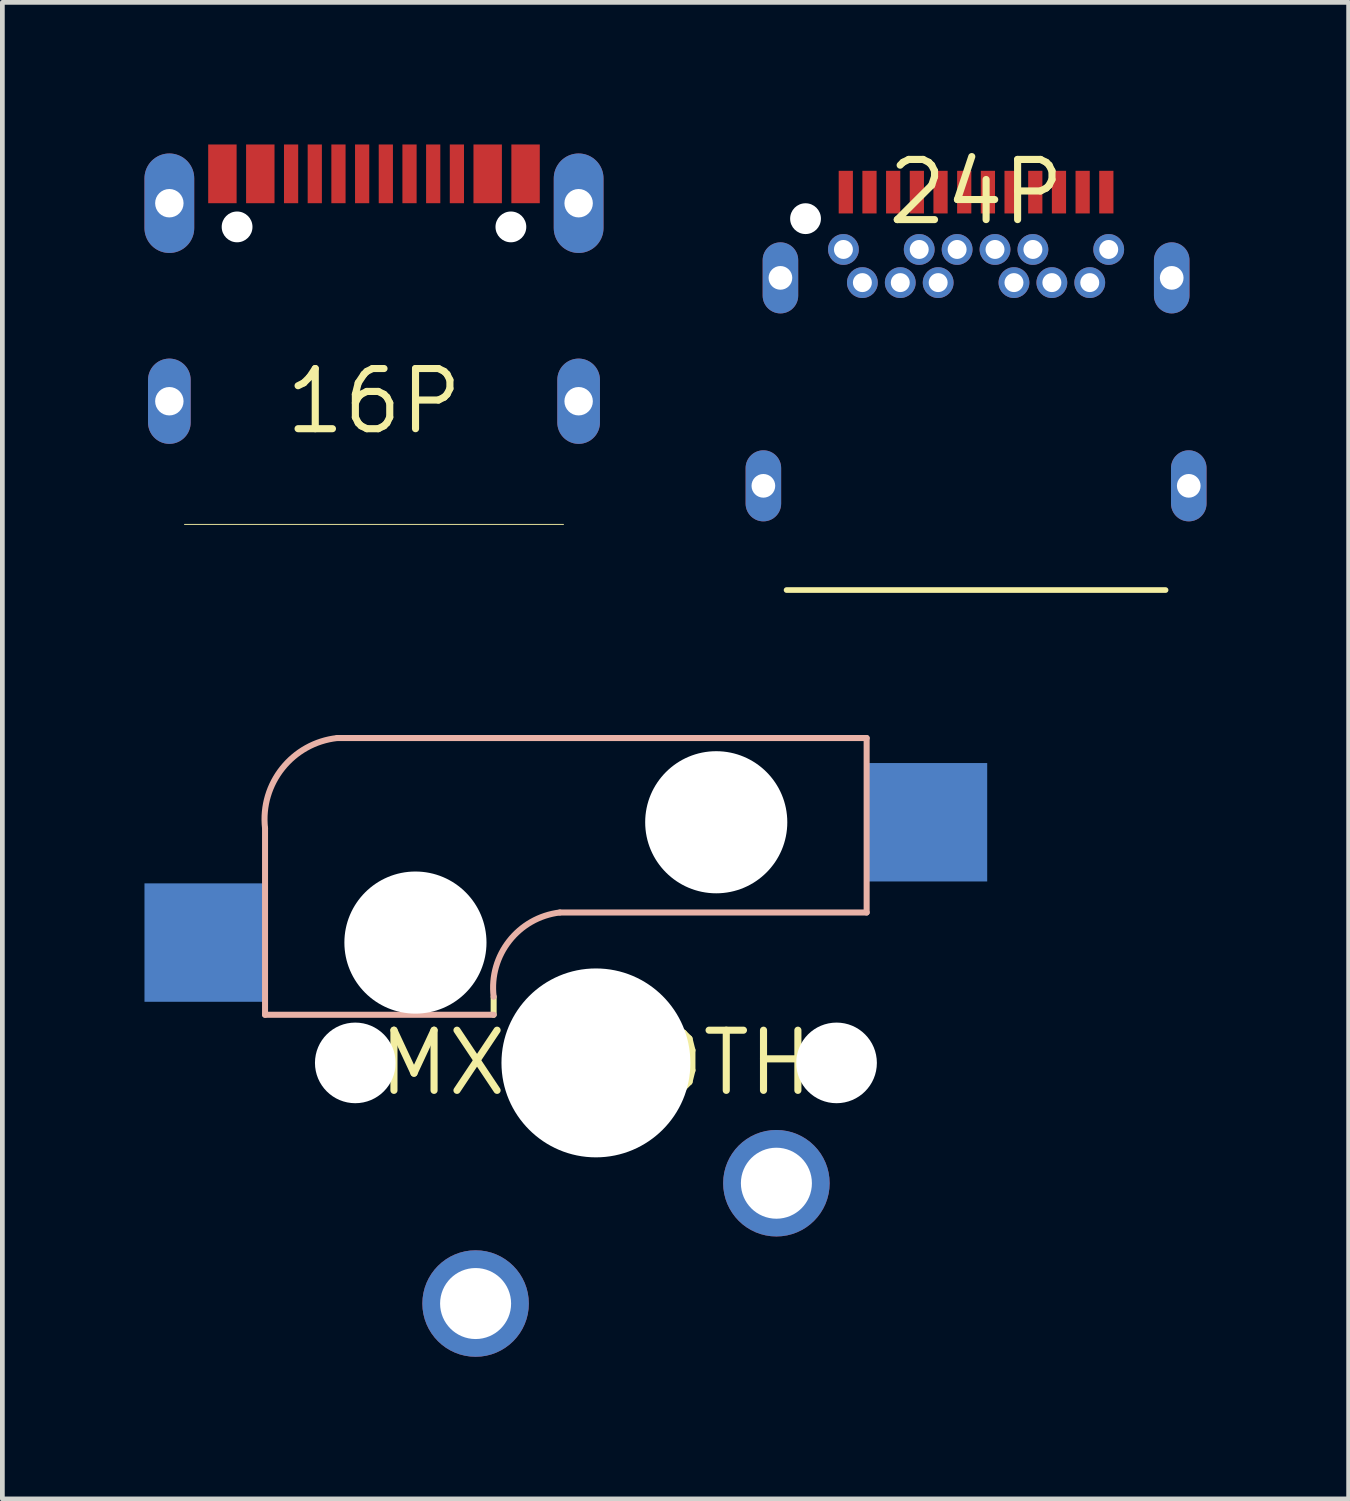
<source format=kicad_pcb>
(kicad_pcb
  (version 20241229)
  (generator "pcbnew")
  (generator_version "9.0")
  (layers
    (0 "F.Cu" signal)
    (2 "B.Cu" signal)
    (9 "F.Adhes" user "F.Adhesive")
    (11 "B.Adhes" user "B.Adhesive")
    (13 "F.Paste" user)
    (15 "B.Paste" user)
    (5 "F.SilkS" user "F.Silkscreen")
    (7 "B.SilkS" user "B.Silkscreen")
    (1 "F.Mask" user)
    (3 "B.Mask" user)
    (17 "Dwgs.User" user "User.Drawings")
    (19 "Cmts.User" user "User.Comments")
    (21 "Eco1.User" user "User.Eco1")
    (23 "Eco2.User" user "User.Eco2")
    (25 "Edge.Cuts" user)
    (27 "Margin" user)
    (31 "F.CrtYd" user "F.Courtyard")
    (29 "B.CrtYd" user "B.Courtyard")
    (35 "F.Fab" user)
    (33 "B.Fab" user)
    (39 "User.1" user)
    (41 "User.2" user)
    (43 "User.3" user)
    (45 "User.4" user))
  (footprint "24P"
    (layer "F.Cu")
    (at 17.555 1.006)
    (property "Reference" "24P" (at 0 0 0) (layer "F.SilkS") (effects (font (size 1.27 1.27) (thickness 0.15))))
    (fp_line (start -4 8.4) (end 4 8.4) (stroke (width 0.12) (type solid)) (layer "F.SilkS"))
    (pad "" np_thru_hole circle (at -3.6 0.56) (size 0.65 0.65) (drill 0.65) (layers "*.Cu" "*.Mask"))
    (pad "A1" smd rect (at -2.75 0 180) (size 0.3 0.9) (layers "F.Cu" "F.Mask" "F.Paste"))
    (pad "A2" smd rect (at -2.25 0 180) (size 0.3 0.9) (layers "F.Cu" "F.Mask" "F.Paste"))
    (pad "A3" smd rect (at -1.75 0 180) (size 0.3 0.9) (layers "F.Cu" "F.Mask" "F.Paste"))
    (pad "A4" smd rect (at -1.25 0 180) (size 0.3 0.9) (layers "F.Cu" "F.Mask" "F.Paste"))
    (pad "A5" smd rect (at -0.75 0 180) (size 0.3 0.9) (layers "F.Cu" "F.Mask" "F.Paste"))
    (pad "A6" smd rect (at -0.25 0 180) (size 0.3 0.9) (layers "F.Cu" "F.Mask" "F.Paste"))
    (pad "A7" smd rect (at 0.25 0 180) (size 0.3 0.9) (layers "F.Cu" "F.Mask" "F.Paste"))
    (pad "A8" smd rect (at 0.75 0 180) (size 0.3 0.9) (layers "F.Cu" "F.Mask" "F.Paste"))
    (pad "A9" smd rect (at 1.25 0 180) (size 0.3 0.9) (layers "F.Cu" "F.Mask" "F.Paste"))
    (pad "A10" smd rect (at 1.75 0 180) (size 0.3 0.9) (layers "F.Cu" "F.Mask" "F.Paste"))
    (pad "A11" smd rect (at 2.25 0 180) (size 0.3 0.9) (layers "F.Cu" "F.Mask" "F.Paste"))
    (pad "A12" smd rect (at 2.75 0 180) (size 0.3 0.9) (layers "F.Cu" "F.Mask" "F.Paste"))
    (pad "B1" thru_hole circle (at 2.8 1.21) (size 0.65 0.65) (drill 0.4) (layers "*.Cu" "*.Mask"))
    (pad "B2" thru_hole circle (at 2.4 1.91) (size 0.65 0.65) (drill 0.4) (layers "*.Cu" "*.Mask"))
    (pad "B3" thru_hole circle (at 1.6 1.91) (size 0.65 0.65) (drill 0.4) (layers "*.Cu" "*.Mask"))
    (pad "B4" thru_hole circle (at 1.2 1.21) (size 0.65 0.65) (drill 0.4) (layers "*.Cu" "*.Mask"))
    (pad "B5" thru_hole circle (at 0.8 1.91) (size 0.65 0.65) (drill 0.4) (layers "*.Cu" "*.Mask"))
    (pad "B6" thru_hole circle (at 0.4 1.21) (size 0.65 0.65) (drill 0.4) (layers "*.Cu" "*.Mask"))
    (pad "B7" thru_hole circle (at -0.4 1.21) (size 0.65 0.65) (drill 0.4) (layers "*.Cu" "*.Mask"))
    (pad "B8" thru_hole circle (at -0.8 1.91) (size 0.65 0.65) (drill 0.4) (layers "*.Cu" "*.Mask"))
    (pad "B9" thru_hole circle (at -1.2 1.21) (size 0.65 0.65) (drill 0.4) (layers "*.Cu" "*.Mask"))
    (pad "B10" thru_hole circle (at -1.6 1.91) (size 0.65 0.65) (drill 0.4) (layers "*.Cu" "*.Mask"))
    (pad "B11" thru_hole circle (at -2.4 1.91) (size 0.65 0.65) (drill 0.4) (layers "*.Cu" "*.Mask"))
    (pad "B12" thru_hole circle (at -2.8 1.21) (size 0.65 0.65) (drill 0.4) (layers "*.Cu" "*.Mask"))
    (pad "SHIELD1" thru_hole oval (at -4.13 1.81 90) (size 1.5 0.75) (drill 0.5) (layers "*.Cu" "*.Mask"))
    (pad "SHIELD2" thru_hole oval (at 4.13 1.81 90) (size 1.5 0.75) (drill 0.5) (layers "*.Cu" "*.Mask"))
    (pad "SHIELD3" thru_hole oval (at -4.49 6.2 90) (size 1.5 0.75) (drill 0.5) (layers "*.Cu" "*.Mask"))
    (pad "SHIELD4" thru_hole oval (at 4.49 6.2 90) (size 1.5 0.75) (drill 0.5) (layers "*.Cu" "*.Mask")))
  (footprint "MX-BOTH"
    (layer "F.Cu")
    (at 9.53 19.388)
    (property "Reference" "MX-BOTH" (at 0 0 0) (layer "F.SilkS") (effects (font (size 1.27 1.27) (thickness 0.15))))
    (fp_line (start -2.159 -1.016) (end -2.159 -1.397) (stroke (width 0.127) (type solid)) (layer "F.SilkS"))
    (fp_line (start -6.985 -1.016) (end -6.985 -4.953) (stroke (width 0.127) (type solid)) (layer "B.SilkS"))
    (fp_line (start -6.985 -1.016) (end -2.159 -1.016) (stroke (width 0.127) (type solid)) (layer "B.SilkS"))
    (fp_line (start -0.762 -3.175) (end 5.715 -3.175) (stroke (width 0.127) (type solid)) (layer "B.SilkS"))
    (fp_line (start 5.715 -6.858) (end -5.461 -6.858) (stroke (width 0.127) (type solid)) (layer "B.SilkS"))
    (fp_line (start 5.715 -6.858) (end 5.715 -3.175) (stroke (width 0.127) (type solid)) (layer "B.SilkS"))
    (fp_arc (start -6.985 -4.953) (mid -6.617538 -6.221131) (end -5.461 -6.858) (stroke (width 0.127) (type solid)) (layer "B.SilkS"))
    (fp_arc (start -2.159 -1.397) (mid -1.828736 -2.575329) (end -0.761999 -3.175001) (stroke (width 0.127) (type solid)) (layer "B.SilkS"))
    (pad "" np_thru_hole circle (at -5.08 0) (size 1.702 1.702) (drill 1.702) (layers "*.Cu" "*.Mask"))
    (pad "" np_thru_hole circle (at -3.81 -2.54) (size 3 3) (drill 3) (layers "*.Cu" "*.Mask"))
    (pad "" np_thru_hole circle (at 0 0) (size 3.988 3.988) (drill 3.988) (layers "*.Cu" "*.Mask"))
    (pad "" np_thru_hole circle (at 2.54 -5.08) (size 3 3) (drill 3) (layers "*.Cu" "*.Mask"))
    (pad "" np_thru_hole circle (at 5.08 0) (size 1.702 1.702) (drill 1.702) (layers "*.Cu" "*.Mask"))
    (pad "P$1" thru_hole circle (at 3.81 2.54 180) (size 2.248 2.248) (drill 1.499) (layers "*.Cu" "*.Mask"))
    (pad "P$2" thru_hole circle (at -2.54 5.08 180) (size 2.248 2.248) (drill 1.499) (layers "*.Cu" "*.Mask"))
    (pad "P$3" smd rect (at -8.255 -2.54) (size 2.55 2.5) (layers "B.Cu" "B.Mask" "B.Paste"))
    (pad "P$4" smd rect (at 6.985 -5.08) (size 2.55 2.5) (layers "B.Cu" "B.Mask" "B.Paste")))
  (footprint "16P"
    (layer "F.Cu")
    (at 4.845 5.42)
    (property "Reference" "16P" (at 0 0 0) (layer "F.SilkS") (effects (font (size 1.27 1.27) (thickness 0.15))))
    (fp_line (start -4 2.6) (end 4 2.6) (stroke (width 0.02) (type solid)) (layer "F.SilkS"))
    (pad "" np_thru_hole circle (at -2.89 -3.68) (size 0.65 0.65) (drill 0.65) (layers "*.Cu" "*.Mask"))
    (pad "" np_thru_hole circle (at 2.89 -3.68) (size 0.65 0.65) (drill 0.65) (layers "*.Cu" "*.Mask"))
    (pad "A1/B12" smd rect (at -3.2 -4.8) (size 0.6 1.24) (layers "F.Cu" "F.Mask" "F.Paste"))
    (pad "A4/B9" smd rect (at -2.4 -4.8) (size 0.6 1.24) (layers "F.Cu" "F.Mask" "F.Paste"))
    (pad "A5" smd rect (at -1.25 -4.8) (size 0.3 1.24) (layers "F.Cu" "F.Mask" "F.Paste"))
    (pad "A6" smd rect (at -0.25 -4.8) (size 0.3 1.24) (layers "F.Cu" "F.Mask" "F.Paste"))
    (pad "A7" smd rect (at 0.25 -4.8) (size 0.3 1.24) (layers "F.Cu" "F.Mask" "F.Paste"))
    (pad "A8" smd rect (at 1.25 -4.8) (size 0.3 1.24) (layers "F.Cu" "F.Mask" "F.Paste"))
    (pad "B1/A12" smd rect (at 3.2 -4.8) (size 0.6 1.24) (layers "F.Cu" "F.Mask" "F.Paste"))
    (pad "B4/A9" smd rect (at 2.4 -4.8) (size 0.6 1.24) (layers "F.Cu" "F.Mask" "F.Paste"))
    (pad "B5" smd rect (at 1.75 -4.8) (size 0.3 1.24) (layers "F.Cu" "F.Mask" "F.Paste"))
    (pad "B6" smd rect (at 0.75 -4.8) (size 0.3 1.24) (layers "F.Cu" "F.Mask" "F.Paste"))
    (pad "B7" smd rect (at -0.75 -4.8) (size 0.3 1.24) (layers "F.Cu" "F.Mask" "F.Paste"))
    (pad "B8" smd rect (at -1.75 -4.8) (size 0.3 1.24) (layers "F.Cu" "F.Mask" "F.Paste"))
    (pad "SHIELD1" thru_hole oval (at -4.32 -4.18 90) (size 2.1 1.05) (drill 0.6) (layers "*.Cu" "*.Mask"))
    (pad "SHIELD2" thru_hole oval (at -4.32 0 90) (size 1.8 0.9) (drill 0.6) (layers "*.Cu" "*.Mask"))
    (pad "SHIELD3" thru_hole oval (at 4.32 -4.18 90) (size 2.1 1.05) (drill 0.6) (layers "*.Cu" "*.Mask"))
    (pad "SHIELD4" thru_hole oval (at 4.32 0 90) (size 1.8 0.9) (drill 0.6) (layers "*.Cu" "*.Mask")))
  (gr_rect
    (start -3 -3)
    (end 25.42 28.592)
    (stroke (width 0.1) (type default))
    (fill no)
    (layer "Edge.Cuts")))
</source>
